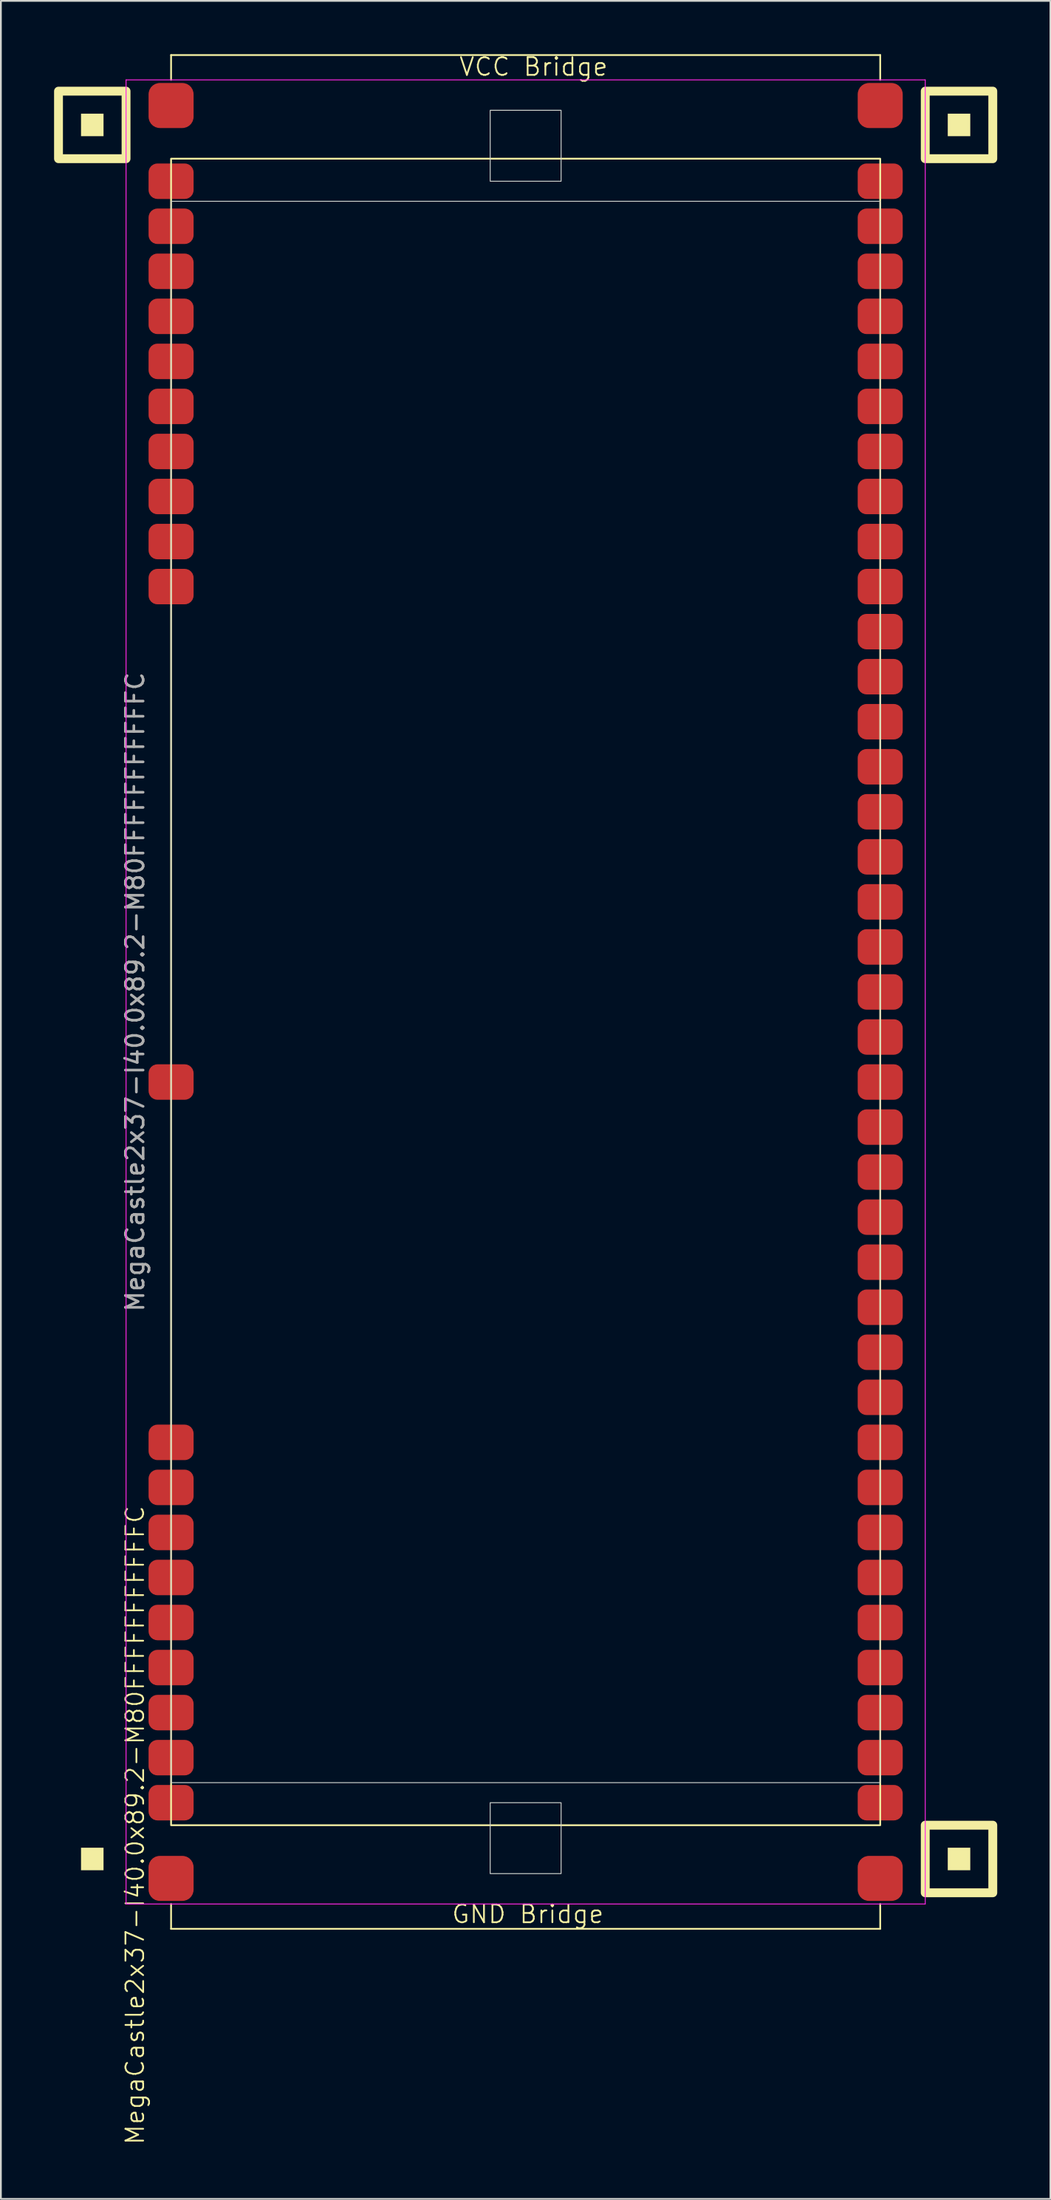
<source format=kicad_pcb>
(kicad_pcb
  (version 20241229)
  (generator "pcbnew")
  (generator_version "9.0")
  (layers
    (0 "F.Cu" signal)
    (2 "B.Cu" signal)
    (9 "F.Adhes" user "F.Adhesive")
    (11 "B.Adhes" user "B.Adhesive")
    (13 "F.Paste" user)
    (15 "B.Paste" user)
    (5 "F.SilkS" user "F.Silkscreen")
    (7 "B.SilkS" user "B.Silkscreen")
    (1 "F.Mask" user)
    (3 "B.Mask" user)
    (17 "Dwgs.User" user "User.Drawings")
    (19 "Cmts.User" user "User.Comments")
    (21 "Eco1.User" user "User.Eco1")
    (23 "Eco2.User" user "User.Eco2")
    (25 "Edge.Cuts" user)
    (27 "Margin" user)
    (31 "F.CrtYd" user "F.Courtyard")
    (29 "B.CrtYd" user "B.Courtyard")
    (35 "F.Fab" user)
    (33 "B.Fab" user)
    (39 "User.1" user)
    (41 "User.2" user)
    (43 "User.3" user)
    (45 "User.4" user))
  (footprint "MegaCastle2x37-I40.0x89.2-M80FFFFFFFFFFFC"
    (layer "F.Cu")
    (at 26.6 52.89)
    (property "Reference" "MegaCastle2x37-I40.0x89.2-M80FFFFFFFFFFFC" (at -22.032 46.99 90) (unlocked yes) (layer "F.SilkS") (effects (font (size 1 1) (thickness 0.1))))
    (attr smd)
    (fp_line (start -20 -52.835) (end 20 -52.835) (stroke (width 0.1) (type default)) (layer "F.SilkS"))
    (fp_line (start -20 -51.435) (end -20 -52.835) (stroke (width 0.1) (type default)) (layer "F.SilkS"))
    (fp_line (start -20 51.435) (end -20 52.835) (stroke (width 0.1) (type default)) (layer "F.SilkS"))
    (fp_line (start -20 52.835) (end 20 52.835) (stroke (width 0.1) (type default)) (layer "F.SilkS"))
    (fp_line (start 20 -51.435) (end 20 -52.835) (stroke (width 0.1) (type default)) (layer "F.SilkS"))
    (fp_line (start 20 51.435) (end 20 52.835) (stroke (width 0.1) (type default)) (layer "F.SilkS"))
    (fp_rect (start -23.81 -48.26) (end -25.08 -49.53) (stroke (width 0) (type solid)) (fill yes) (layer "F.SilkS"))
    (fp_rect (start -23.81 49.53) (end -25.08 48.26) (stroke (width 0) (type solid)) (fill yes) (layer "F.SilkS"))
    (fp_rect (start -22.54 -46.99) (end -26.35 -50.8) (stroke (width 0.5) (type default)) (fill no) (layer "F.SilkS"))
    (fp_rect (start -20 -46.99) (end 20 46.99) (stroke (width 0.1) (type default)) (fill no) (layer "F.SilkS"))
    (fp_rect (start 25.08 -48.26) (end 23.81 -49.53) (stroke (width 0) (type solid)) (fill yes) (layer "F.SilkS"))
    (fp_rect (start 25.08 49.53) (end 23.81 48.26) (stroke (width 0) (type solid)) (fill yes) (layer "F.SilkS"))
    (fp_rect (start 26.35 -46.99) (end 22.54 -50.8) (stroke (width 0.5) (type default)) (fill no) (layer "F.SilkS"))
    (fp_rect (start 26.35 50.8) (end 22.54 46.99) (stroke (width 0.5) (type default)) (fill no) (layer "F.SilkS"))
    (fp_rect (start -20 -44.59) (end 20 44.59) (stroke (width 0.05) (type default)) (fill no) (layer "Edge.Cuts"))
    (fp_rect (start -2 -45.72) (end 2 -49.72) (stroke (width 0.05) (type default)) (fill no) (layer "Edge.Cuts"))
    (fp_rect (start -2 45.72) (end 2 49.72) (stroke (width 0.05) (type default)) (fill no) (layer "Edge.Cuts"))
    (fp_line (start -22.54 -51.435) (end -22.54 51.435) (stroke (width 0.05) (type default)) (layer "F.CrtYd"))
    (fp_line (start -22.54 51.435) (end 22.54 51.435) (stroke (width 0.05) (type default)) (layer "F.CrtYd"))
    (fp_line (start 22.54 -51.435) (end -22.54 -51.435) (stroke (width 0.05) (type default)) (layer "F.CrtYd"))
    (fp_line (start 22.54 -51.435) (end 22.54 51.435) (stroke (width 0.05) (type default)) (layer "F.CrtYd"))
    (fp_text user "GND Bridge" (at -4.226 52.59 0) (unlocked yes) (layer "F.SilkS") (effects (font (size 1 1) (thickness 0.1)) (justify left bottom)))
    (fp_text user "VCC Bridge" (at -3.81 -51.59 0) (unlocked yes) (layer "F.SilkS") (effects (font (size 1 1) (thickness 0.1)) (justify left bottom)))
    (fp_text user "${REFERENCE}" (at -22.032 0 90) (unlocked yes) (layer "F.Fab") (effects (font (size 1 1) (thickness 0.15))))
    (pad "1" smd roundrect (at -20 -45.72) (size 2.54 2) (layers "F.Cu" "F.Mask" "F.Paste") (roundrect_rratio 0.25))
    (pad "2" smd roundrect (at -20 -43.18) (size 2.54 2) (layers "F.Cu" "F.Mask" "F.Paste") (roundrect_rratio 0.25))
    (pad "3" smd roundrect (at -20 -40.64) (size 2.54 2) (layers "F.Cu" "F.Mask" "F.Paste") (roundrect_rratio 0.25))
    (pad "4" smd roundrect (at -20 -38.1) (size 2.54 2) (layers "F.Cu" "F.Mask" "F.Paste") (roundrect_rratio 0.25))
    (pad "5" smd roundrect (at -20 -35.56) (size 2.54 2) (layers "F.Cu" "F.Mask" "F.Paste") (roundrect_rratio 0.25))
    (pad "6" smd roundrect (at -20 -33.02) (size 2.54 2) (layers "F.Cu" "F.Mask" "F.Paste") (roundrect_rratio 0.25))
    (pad "7" smd roundrect (at -20 -30.48) (size 2.54 2) (layers "F.Cu" "F.Mask" "F.Paste") (roundrect_rratio 0.25))
    (pad "8" smd roundrect (at -20 -27.94) (size 2.54 2) (layers "F.Cu" "F.Mask" "F.Paste") (roundrect_rratio 0.25))
    (pad "9" smd roundrect (at -20 -25.4) (size 2.54 2) (layers "F.Cu" "F.Mask" "F.Paste") (roundrect_rratio 0.25))
    (pad "10" smd roundrect (at -20 -22.86) (size 2.54 2) (layers "F.Cu" "F.Mask" "F.Paste") (roundrect_rratio 0.25))
    (pad "21" smd roundrect (at -20 5.08) (size 2.54 2) (layers "F.Cu" "F.Mask" "F.Paste") (roundrect_rratio 0.25))
    (pad "29" smd roundrect (at -20 25.4) (size 2.54 2) (layers "F.Cu" "F.Mask" "F.Paste") (roundrect_rratio 0.25))
    (pad "30" smd roundrect (at -20 27.94) (size 2.54 2) (layers "F.Cu" "F.Mask" "F.Paste") (roundrect_rratio 0.25))
    (pad "31" smd roundrect (at -20 30.48) (size 2.54 2) (layers "F.Cu" "F.Mask" "F.Paste") (roundrect_rratio 0.25))
    (pad "32" smd roundrect (at -20 33.02) (size 2.54 2) (layers "F.Cu" "F.Mask" "F.Paste") (roundrect_rratio 0.25))
    (pad "33" smd roundrect (at -20 35.56) (size 2.54 2) (layers "F.Cu" "F.Mask" "F.Paste") (roundrect_rratio 0.25))
    (pad "34" smd roundrect (at -20 38.1) (size 2.54 2) (layers "F.Cu" "F.Mask" "F.Paste") (roundrect_rratio 0.25))
    (pad "35" smd roundrect (at -20 40.64) (size 2.54 2) (layers "F.Cu" "F.Mask" "F.Paste") (roundrect_rratio 0.25))
    (pad "36" smd roundrect (at -20 43.18) (size 2.54 2) (layers "F.Cu" "F.Mask" "F.Paste") (roundrect_rratio 0.25))
    (pad "37" smd roundrect (at -20 45.72) (size 2.54 2) (layers "F.Cu" "F.Mask" "F.Paste") (roundrect_rratio 0.25))
    (pad "38" smd roundrect (at 20 -45.72) (size 2.54 2) (layers "F.Cu" "F.Mask" "F.Paste") (roundrect_rratio 0.25))
    (pad "39" smd roundrect (at 20 -43.18) (size 2.54 2) (layers "F.Cu" "F.Mask" "F.Paste") (roundrect_rratio 0.25))
    (pad "40" smd roundrect (at 20 -40.64) (size 2.54 2) (layers "F.Cu" "F.Mask" "F.Paste") (roundrect_rratio 0.25))
    (pad "41" smd roundrect (at 20 -38.1) (size 2.54 2) (layers "F.Cu" "F.Mask" "F.Paste") (roundrect_rratio 0.25))
    (pad "42" smd roundrect (at 20 -35.56) (size 2.54 2) (layers "F.Cu" "F.Mask" "F.Paste") (roundrect_rratio 0.25))
    (pad "43" smd roundrect (at 20 -33.02) (size 2.54 2) (layers "F.Cu" "F.Mask" "F.Paste") (roundrect_rratio 0.25))
    (pad "44" smd roundrect (at 20 -30.48) (size 2.54 2) (layers "F.Cu" "F.Mask" "F.Paste") (roundrect_rratio 0.25))
    (pad "45" smd roundrect (at 20 -27.94) (size 2.54 2) (layers "F.Cu" "F.Mask" "F.Paste") (roundrect_rratio 0.25))
    (pad "46" smd roundrect (at 20 -25.4) (size 2.54 2) (layers "F.Cu" "F.Mask" "F.Paste") (roundrect_rratio 0.25))
    (pad "47" smd roundrect (at 20 -22.86) (size 2.54 2) (layers "F.Cu" "F.Mask" "F.Paste") (roundrect_rratio 0.25))
    (pad "48" smd roundrect (at 20 -20.32) (size 2.54 2) (layers "F.Cu" "F.Mask" "F.Paste") (roundrect_rratio 0.25))
    (pad "49" smd roundrect (at 20 -17.78) (size 2.54 2) (layers "F.Cu" "F.Mask" "F.Paste") (roundrect_rratio 0.25))
    (pad "50" smd roundrect (at 20 -15.24) (size 2.54 2) (layers "F.Cu" "F.Mask" "F.Paste") (roundrect_rratio 0.25))
    (pad "51" smd roundrect (at 20 -12.7) (size 2.54 2) (layers "F.Cu" "F.Mask" "F.Paste") (roundrect_rratio 0.25))
    (pad "52" smd roundrect (at 20 -10.16) (size 2.54 2) (layers "F.Cu" "F.Mask" "F.Paste") (roundrect_rratio 0.25))
    (pad "53" smd roundrect (at 20 -7.62) (size 2.54 2) (layers "F.Cu" "F.Mask" "F.Paste") (roundrect_rratio 0.25))
    (pad "54" smd roundrect (at 20 -5.08) (size 2.54 2) (layers "F.Cu" "F.Mask" "F.Paste") (roundrect_rratio 0.25))
    (pad "55" smd roundrect (at 20 -2.54) (size 2.54 2) (layers "F.Cu" "F.Mask" "F.Paste") (roundrect_rratio 0.25))
    (pad "56" smd roundrect (at 20 0) (size 2.54 2) (layers "F.Cu" "F.Mask" "F.Paste") (roundrect_rratio 0.25))
    (pad "57" smd roundrect (at 20 2.54) (size 2.54 2) (layers "F.Cu" "F.Mask" "F.Paste") (roundrect_rratio 0.25))
    (pad "58" smd roundrect (at 20 5.08) (size 2.54 2) (layers "F.Cu" "F.Mask" "F.Paste") (roundrect_rratio 0.25))
    (pad "59" smd roundrect (at 20 7.62) (size 2.54 2) (layers "F.Cu" "F.Mask" "F.Paste") (roundrect_rratio 0.25))
    (pad "60" smd roundrect (at 20 10.16) (size 2.54 2) (layers "F.Cu" "F.Mask" "F.Paste") (roundrect_rratio 0.25))
    (pad "61" smd roundrect (at 20 12.7) (size 2.54 2) (layers "F.Cu" "F.Mask" "F.Paste") (roundrect_rratio 0.25))
    (pad "62" smd roundrect (at 20 15.24) (size 2.54 2) (layers "F.Cu" "F.Mask" "F.Paste") (roundrect_rratio 0.25))
    (pad "63" smd roundrect (at 20 17.78) (size 2.54 2) (layers "F.Cu" "F.Mask" "F.Paste") (roundrect_rratio 0.25))
    (pad "64" smd roundrect (at 20 20.32) (size 2.54 2) (layers "F.Cu" "F.Mask" "F.Paste") (roundrect_rratio 0.25))
    (pad "65" smd roundrect (at 20 22.86) (size 2.54 2) (layers "F.Cu" "F.Mask" "F.Paste") (roundrect_rratio 0.25))
    (pad "66" smd roundrect (at 20 25.4) (size 2.54 2) (layers "F.Cu" "F.Mask" "F.Paste") (roundrect_rratio 0.25))
    (pad "67" smd roundrect (at 20 27.94) (size 2.54 2) (layers "F.Cu" "F.Mask" "F.Paste") (roundrect_rratio 0.25))
    (pad "68" smd roundrect (at 20 30.48) (size 2.54 2) (layers "F.Cu" "F.Mask" "F.Paste") (roundrect_rratio 0.25))
    (pad "69" smd roundrect (at 20 33.02) (size 2.54 2) (layers "F.Cu" "F.Mask" "F.Paste") (roundrect_rratio 0.25))
    (pad "70" smd roundrect (at 20 35.56) (size 2.54 2) (layers "F.Cu" "F.Mask" "F.Paste") (roundrect_rratio 0.25))
    (pad "71" smd roundrect (at 20 38.1) (size 2.54 2) (layers "F.Cu" "F.Mask" "F.Paste") (roundrect_rratio 0.25))
    (pad "72" smd roundrect (at 20 40.64) (size 2.54 2) (layers "F.Cu" "F.Mask" "F.Paste") (roundrect_rratio 0.25))
    (pad "73" smd roundrect (at 20 43.18) (size 2.54 2) (layers "F.Cu" "F.Mask" "F.Paste") (roundrect_rratio 0.25))
    (pad "74" smd roundrect (at 20 45.72) (size 2.54 2) (layers "F.Cu" "F.Mask" "F.Paste") (roundrect_rratio 0.25))
    (pad "A1" smd roundrect (at -20 -49.99) (size 2.54 2.54) (layers "F.Cu" "F.Mask" "F.Paste") (roundrect_rratio 0.25))
    (pad "A2" smd roundrect (at 20 -49.99) (size 2.54 2.54) (layers "F.Cu" "F.Mask" "F.Paste") (roundrect_rratio 0.25))
    (pad "B1" smd roundrect (at -20 49.99) (size 2.54 2.54) (layers "F.Cu" "F.Mask" "F.Paste") (roundrect_rratio 0.25))
    (pad "B2" smd roundrect (at 20 49.99) (size 2.54 2.54) (layers "F.Cu" "F.Mask" "F.Paste") (roundrect_rratio 0.25)))
  (gr_rect
    (start -3 -3)
    (end 56.2 120.954)
    (stroke (width 0.1) (type default))
    (fill no)
    (layer "Edge.Cuts")))
</source>
